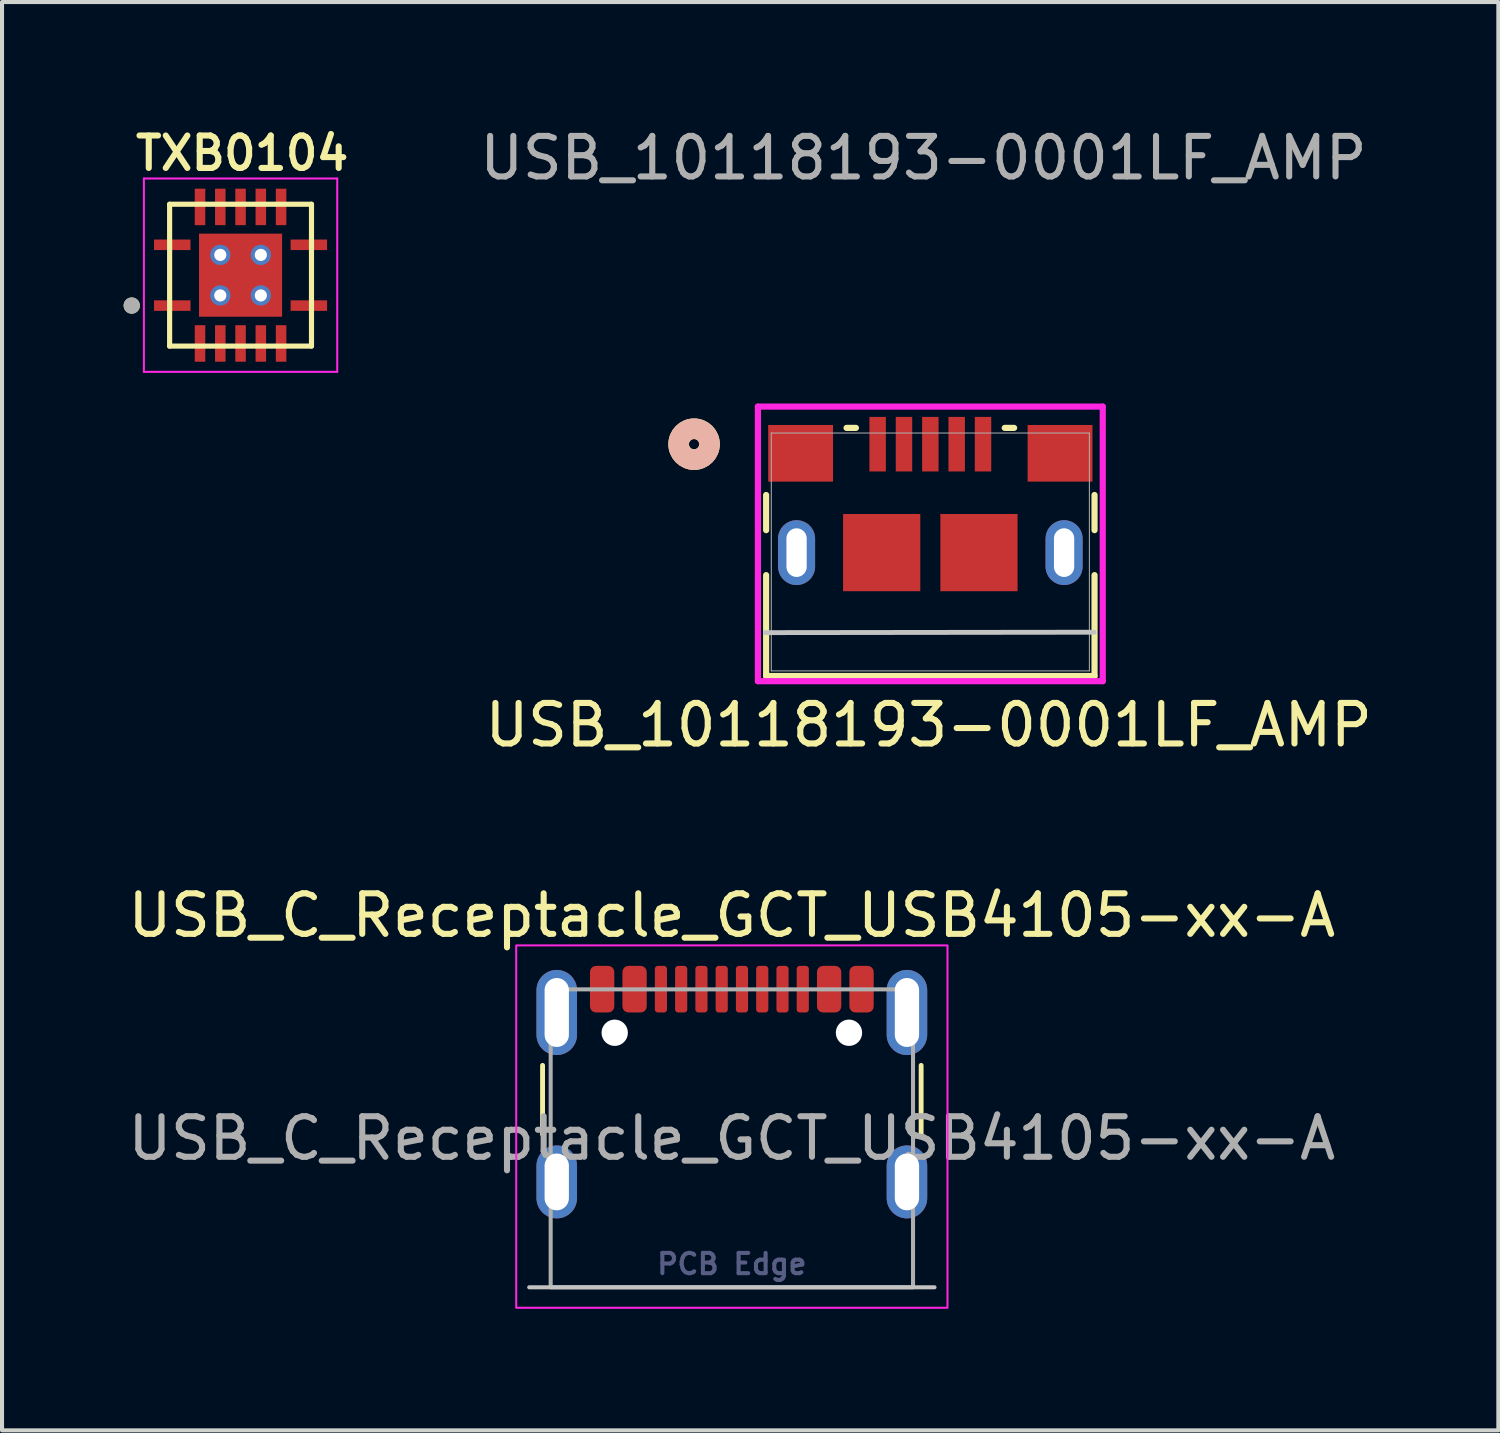
<source format=kicad_pcb>
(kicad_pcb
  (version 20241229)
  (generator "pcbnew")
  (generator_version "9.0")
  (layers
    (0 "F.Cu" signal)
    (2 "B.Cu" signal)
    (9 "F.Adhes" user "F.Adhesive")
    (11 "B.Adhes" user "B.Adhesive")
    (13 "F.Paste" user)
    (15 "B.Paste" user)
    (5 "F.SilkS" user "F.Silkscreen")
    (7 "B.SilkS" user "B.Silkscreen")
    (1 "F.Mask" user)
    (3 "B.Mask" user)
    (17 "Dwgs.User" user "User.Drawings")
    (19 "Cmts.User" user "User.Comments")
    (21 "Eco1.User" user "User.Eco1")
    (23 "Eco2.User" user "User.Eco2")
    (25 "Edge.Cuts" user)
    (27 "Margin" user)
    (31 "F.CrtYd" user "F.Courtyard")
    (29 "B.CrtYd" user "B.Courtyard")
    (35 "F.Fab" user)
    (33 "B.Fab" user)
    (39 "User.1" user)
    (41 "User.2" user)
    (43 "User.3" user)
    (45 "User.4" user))
  (footprint "TXB0104"
    (layer "F.Cu")
    (at 2.885 3.739)
    (property "Reference" "TXB0104" (at 0.04 -3.008 0) (layer "F.SilkS") (effects (font (size 0.8 0.8) (thickness 0.15))))
    (attr through_hole)
    (fp_line (start -1.75 1.75) (end -1.75 -1.75) (stroke (width 0.127) (type solid)) (layer "F.SilkS"))
    (fp_line (start 1.75 -1.75) (end -1.75 -1.75) (stroke (width 0.127) (type solid)) (layer "F.SilkS"))
    (fp_line (start 1.75 1.75) (end -1.75 1.75) (stroke (width 0.127) (type solid)) (layer "F.SilkS"))
    (fp_line (start 1.75 1.75) (end 1.75 -1.75) (stroke (width 0.127) (type solid)) (layer "F.SilkS"))
    (fp_circle (center -2.685 0.75) (end -2.585 0.75) (stroke (width 0.2) (type solid)) (fill no) (layer "F.SilkS"))
    (fp_poly (pts (xy -0.65 -0.65) (xy 0.65 -0.65) (xy 0.65 0.65) (xy -0.65 0.65)) (stroke (width 0.01) (type solid)) (fill yes) (layer "F.Paste"))
    (fp_line (start -2.385 -2.385) (end 2.385 -2.385) (stroke (width 0.05) (type solid)) (layer "F.CrtYd"))
    (fp_line (start -2.385 2.385) (end -2.385 -2.385) (stroke (width 0.05) (type solid)) (layer "F.CrtYd"))
    (fp_line (start -2.385 2.385) (end 2.385 2.385) (stroke (width 0.05) (type solid)) (layer "F.CrtYd"))
    (fp_line (start 2.385 2.385) (end 2.385 -2.385) (stroke (width 0.05) (type solid)) (layer "F.CrtYd"))
    (fp_circle (center -2.685 0.75) (end -2.585 0.75) (stroke (width 0.2) (type solid)) (fill no) (layer "F.Fab"))
    (pad "1" smd roundrect (at -1.685 0.75) (size 0.9 0.26) (layers "F.Cu" "F.Mask" "F.Paste") (roundrect_rratio 0.03))
    (pad "2" smd roundrect (at -1 1.685 90) (size 0.9 0.26) (layers "F.Cu" "F.Mask" "F.Paste") (roundrect_rratio 0.03))
    (pad "3" smd roundrect (at -0.5 1.685 90) (size 0.9 0.26) (layers "F.Cu" "F.Mask" "F.Paste") (roundrect_rratio 0.03))
    (pad "4" smd roundrect (at 0 1.685 90) (size 0.9 0.26) (layers "F.Cu" "F.Mask" "F.Paste") (roundrect_rratio 0.03))
    (pad "5" smd roundrect (at 0.5 1.685 90) (size 0.9 0.26) (layers "F.Cu" "F.Mask" "F.Paste") (roundrect_rratio 0.03))
    (pad "6" smd roundrect (at 1 1.685 90) (size 0.9 0.26) (layers "F.Cu" "F.Mask" "F.Paste") (roundrect_rratio 0.03))
    (pad "7" smd roundrect (at 1.685 0.75) (size 0.9 0.26) (layers "F.Cu" "F.Mask" "F.Paste") (roundrect_rratio 0.03))
    (pad "8" smd roundrect (at 1.685 -0.75) (size 0.9 0.26) (layers "F.Cu" "F.Mask" "F.Paste") (roundrect_rratio 0.03))
    (pad "9" smd roundrect (at 1 -1.685 90) (size 0.9 0.26) (layers "F.Cu" "F.Mask" "F.Paste") (roundrect_rratio 0.03))
    (pad "10" smd roundrect (at 0.5 -1.685 90) (size 0.9 0.26) (layers "F.Cu" "F.Mask" "F.Paste") (roundrect_rratio 0.03))
    (pad "11" smd roundrect (at 0 -1.685 90) (size 0.9 0.26) (layers "F.Cu" "F.Mask" "F.Paste") (roundrect_rratio 0.03))
    (pad "12" smd roundrect (at -0.5 -1.685 90) (size 0.9 0.26) (layers "F.Cu" "F.Mask" "F.Paste") (roundrect_rratio 0.03))
    (pad "13" smd roundrect (at -1 -1.685 90) (size 0.9 0.26) (layers "F.Cu" "F.Mask" "F.Paste") (roundrect_rratio 0.03))
    (pad "14" smd roundrect (at -1.685 -0.75) (size 0.9 0.26) (layers "F.Cu" "F.Mask" "F.Paste") (roundrect_rratio 0.03))
    (pad "15" smd rect (at 0 0) (size 2.05 2.05) (layers "F.Cu" "F.Mask"))
    (pad "16" thru_hole circle (at -0.5 -0.5) (size 0.5 0.5) (drill 0.3) (layers "*.Cu"))
    (pad "17" thru_hole circle (at 0.5 -0.5) (size 0.5 0.5) (drill 0.3) (layers "*.Cu"))
    (pad "18" thru_hole circle (at 0.5 0.5) (size 0.5 0.5) (drill 0.3) (layers "*.Cu"))
    (pad "19" thru_hole circle (at -0.5 0.5) (size 0.5 0.5) (drill 0.3) (layers "*.Cu")))
  (footprint "USB_C_Receptacle_GCT_USB4105-xx-A"
    (layer "F.Cu")
    (at 15.006 25.035)
    (property "Reference" "USB_C_Receptacle_GCT_USB4105-xx-A" (at 0 -5.5 0) (unlocked yes) (layer "F.SilkS") (effects (font (size 1 1) (thickness 0.15))))
    (attr smd)
    (fp_line (start -4.67 -1.8) (end -4.67 -0.1) (stroke (width 0.12) (type solid)) (layer "F.SilkS"))
    (fp_line (start 4.67 -1.8) (end 4.67 -0.1) (stroke (width 0.12) (type solid)) (layer "F.SilkS"))
    (fp_line (start -5 3.675) (end 5 3.675) (stroke (width 0.1) (type solid)) (layer "Dwgs.User"))
    (fp_rect (start 5.32 4.18) (end -5.32 -4.76) (stroke (width 0.05) (type solid)) (fill no) (layer "F.CrtYd"))
    (fp_rect (start 4.47 3.675) (end -4.47 -3.675) (stroke (width 0.1) (type solid)) (fill no) (layer "F.Fab"))
    (fp_text user "PCB Edge" (at 0 3.1 0) (unlocked yes) (layer "B.Fab") (effects (font (size 0.5 0.5) (thickness 0.1))))
    (fp_text user "${REFERENCE}" (at 0 0 0) (unlocked yes) (layer "F.Fab") (effects (font (size 1 1) (thickness 0.15))))
    (pad "" np_thru_hole circle (at -2.89 -2.605) (size 0.65 0.65) (drill 0.65) (layers "*.Cu" "*.Mask"))
    (pad "" np_thru_hole circle (at 2.89 -2.605) (size 0.65 0.65) (drill 0.65) (layers "*.Cu" "*.Mask"))
    (pad "A1" smd roundrect (at -3.2 -3.68) (size 0.6 1.15) (layers "F.Cu" "F.Mask" "F.Paste") (roundrect_rratio 0.25))
    (pad "A4" smd roundrect (at -2.4 -3.68) (size 0.6 1.15) (layers "F.Cu" "F.Mask" "F.Paste") (roundrect_rratio 0.25))
    (pad "A5" smd roundrect (at -1.25 -3.68) (size 0.3 1.15) (layers "F.Cu" "F.Mask" "F.Paste") (roundrect_rratio 0.25))
    (pad "A6" smd roundrect (at -0.25 -3.68) (size 0.3 1.15) (layers "F.Cu" "F.Mask" "F.Paste") (roundrect_rratio 0.25))
    (pad "A7" smd roundrect (at 0.25 -3.68) (size 0.3 1.15) (layers "F.Cu" "F.Mask" "F.Paste") (roundrect_rratio 0.25))
    (pad "A8" smd roundrect (at 1.25 -3.68) (size 0.3 1.15) (layers "F.Cu" "F.Mask" "F.Paste") (roundrect_rratio 0.25))
    (pad "B1" smd roundrect (at 3.2 -3.68) (size 0.6 1.15) (layers "F.Cu" "F.Mask" "F.Paste") (roundrect_rratio 0.25))
    (pad "B4" smd roundrect (at 2.4 -3.68) (size 0.6 1.15) (layers "F.Cu" "F.Mask" "F.Paste") (roundrect_rratio 0.25))
    (pad "B5" smd roundrect (at 1.75 -3.68) (size 0.3 1.15) (layers "F.Cu" "F.Mask" "F.Paste") (roundrect_rratio 0.25))
    (pad "B6" smd roundrect (at 0.75 -3.68) (size 0.3 1.15) (layers "F.Cu" "F.Mask" "F.Paste") (roundrect_rratio 0.25))
    (pad "B7" smd roundrect (at -0.75 -3.68) (size 0.3 1.15) (layers "F.Cu" "F.Mask" "F.Paste") (roundrect_rratio 0.25))
    (pad "B8" smd roundrect (at -1.75 -3.68) (size 0.3 1.15) (layers "F.Cu" "F.Mask" "F.Paste") (roundrect_rratio 0.25))
    (pad "S1" thru_hole oval (at -4.32 -3.105) (size 1 2.1) (drill oval 0.6 1.7) (layers "*.Cu" "*.Mask" "F.Paste"))
    (pad "S1" thru_hole oval (at -4.32 1.075) (size 1 1.8) (drill oval 0.6 1.4) (layers "*.Cu" "*.Mask" "F.Paste"))
    (pad "S1" thru_hole oval (at 4.32 -3.105) (size 1 2.1) (drill oval 0.6 1.7) (layers "*.Cu" "*.Mask" "F.Paste"))
    (pad "S1" thru_hole oval (at 4.32 1.075) (size 1 1.8) (drill oval 0.6 1.4) (layers "*.Cu" "*.Mask" "F.Paste")))
  (footprint "USB_10118193-0001LF_AMP"
    (layer "F.Cu")
    (at 19.903 10.568)
    (property "Reference" "USB_10118193-0001LF_AMP" (at -0.04 4.27 0) (unlocked yes) (layer "F.SilkS") (effects (font (size 1 1) (thickness 0.15))))
    (attr smd)
    (fp_line (start -4.051 -1.406) (end -4.051 -0.538) (stroke (width 0.152) (type solid)) (layer "F.SilkS"))
    (fp_line (start -4.051 0.571) (end -4.051 3.061) (stroke (width 0.152) (type solid)) (layer "F.SilkS"))
    (fp_line (start -4.051 3.061) (end 4.051 3.061) (stroke (width 0.152) (type solid)) (layer "F.SilkS"))
    (fp_line (start -1.836 -3.061) (end -2.067 -3.061) (stroke (width 0.152) (type solid)) (layer "F.SilkS"))
    (fp_line (start 2.067 -3.061) (end 1.836 -3.061) (stroke (width 0.152) (type solid)) (layer "F.SilkS"))
    (fp_line (start 4.051 -0.538) (end 4.051 -1.406) (stroke (width 0.152) (type solid)) (layer "F.SilkS"))
    (fp_line (start 4.051 3.061) (end 4.051 0.571) (stroke (width 0.152) (type solid)) (layer "F.SilkS"))
    (fp_circle (center -5.829 -2.659) (end -5.448 -2.659) (stroke (width 0.508) (type solid)) (fill no) (layer "F.SilkS"))
    (fp_circle (center -5.829 -2.659) (end -5.448 -2.659) (stroke (width 0.508) (type solid)) (fill no) (layer "B.SilkS"))
    (fp_line (start 4.04 1.98) (end -4.07 1.99) (stroke (width 0.12) (type default)) (layer "Dwgs.User"))
    (fp_line (start -4.254 -3.586) (end -4.254 3.188) (stroke (width 0.152) (type solid)) (layer "F.CrtYd"))
    (fp_line (start -4.254 3.188) (end 4.254 3.188) (stroke (width 0.152) (type solid)) (layer "F.CrtYd"))
    (fp_line (start 4.254 -3.586) (end -4.254 -3.586) (stroke (width 0.152) (type solid)) (layer "F.CrtYd"))
    (fp_line (start 4.254 3.188) (end 4.254 -3.586) (stroke (width 0.152) (type solid)) (layer "F.CrtYd"))
    (fp_line (start -3.924 -2.934) (end -3.924 2.934) (stroke (width 0.025) (type solid)) (layer "F.Fab"))
    (fp_line (start -3.924 2.934) (end 3.924 2.934) (stroke (width 0.025) (type solid)) (layer "F.Fab"))
    (fp_line (start 3.924 -2.934) (end -3.924 -2.934) (stroke (width 0.025) (type solid)) (layer "F.Fab"))
    (fp_line (start 3.924 2.934) (end 3.924 -2.934) (stroke (width 0.025) (type solid)) (layer "F.Fab"))
    (fp_text user "${REFERENCE}" (at -0.17 -9.72 0) (unlocked yes) (layer "F.Fab") (effects (font (size 1 1) (thickness 0.15))))
    (pad "1" smd rect (at -1.3 -2.659) (size 0.406 1.346) (layers "F.Cu" "F.Mask" "F.Paste"))
    (pad "2" smd rect (at -0.65 -2.659) (size 0.406 1.346) (layers "F.Cu" "F.Mask" "F.Paste"))
    (pad "3" smd rect (at 0 -2.659) (size 0.406 1.346) (layers "F.Cu" "F.Mask" "F.Paste"))
    (pad "4" smd rect (at 0.65 -2.659) (size 0.406 1.346) (layers "F.Cu" "F.Mask" "F.Paste"))
    (pad "5" smd rect (at 1.3 -2.659) (size 0.406 1.346) (layers "F.Cu" "F.Mask" "F.Paste"))
    (pad "6" smd rect (at -3.2 -2.434) (size 1.6 1.397) (layers "F.Cu" "F.Mask" "F.Paste"))
    (pad "7" smd rect (at 3.2 -2.434) (size 1.6 1.397) (layers "F.Cu" "F.Mask" "F.Paste"))
    (pad "8" smd rect (at -1.2 0.016) (size 1.905 1.905) (layers "F.Cu" "F.Mask" "F.Paste"))
    (pad "9" smd rect (at 1.2 0.016) (size 1.905 1.905) (layers "F.Cu" "F.Mask" "F.Paste"))
    (pad "S_1" thru_hole oval (at -3.3 0.016 90) (size 1.6 0.914) (drill oval 1.2 0.5) (layers "*.Cu" "*.Mask"))
    (pad "S_2" thru_hole oval (at 3.3 0.016 90) (size 1.6 0.914) (drill oval 1.2 0.5) (layers "*.Cu" "*.Mask")))
  (gr_rect
    (start -3 -3)
    (end 33.917 32.24)
    (stroke (width 0.1) (type default))
    (fill no)
    (layer "Edge.Cuts")))
</source>
